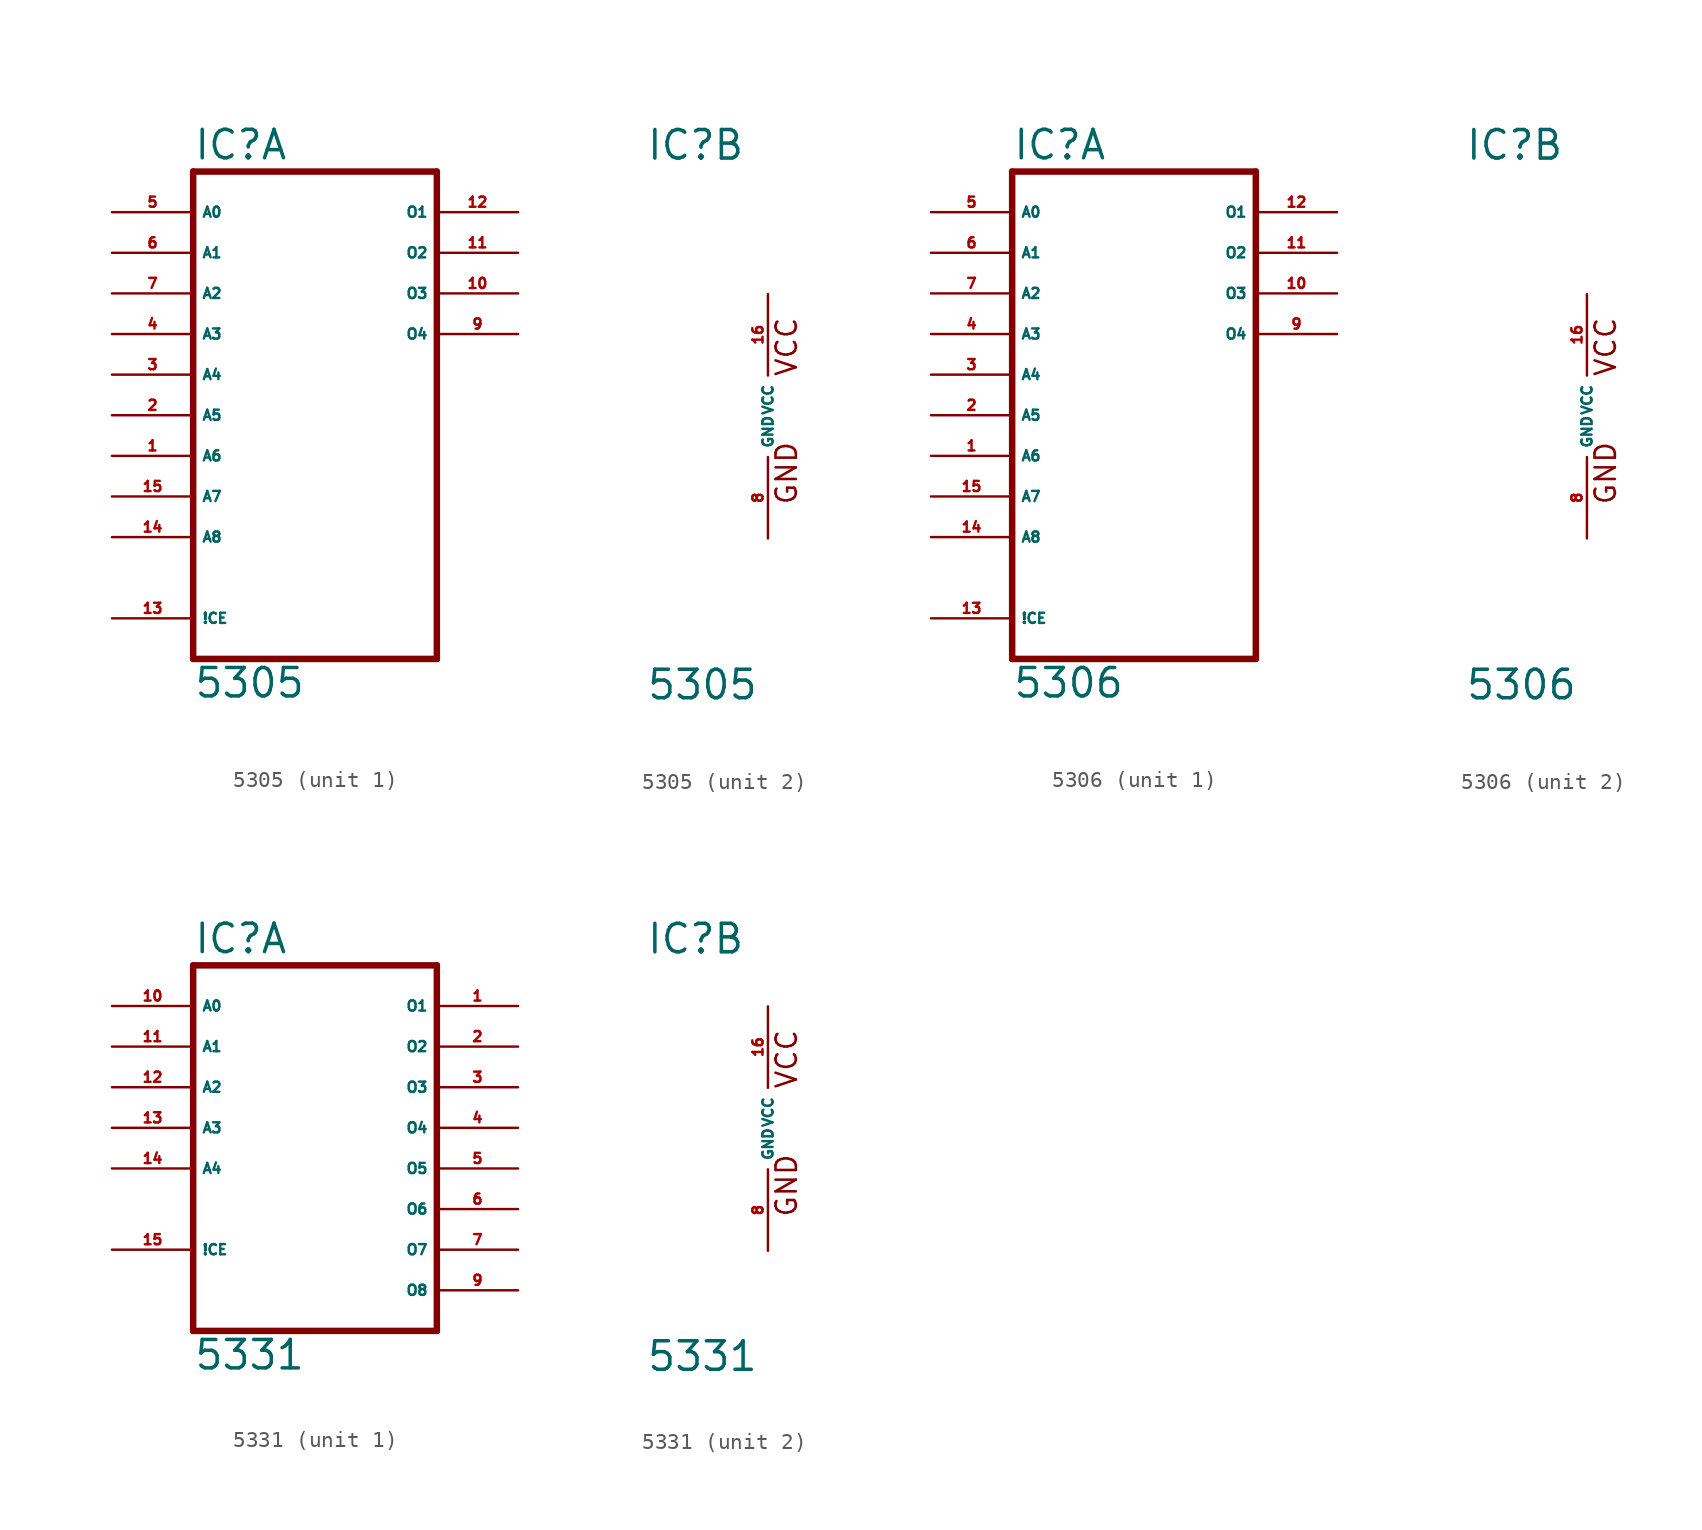
<source format=kicad_sym>
(kicad_symbol_lib
  (version 20220914)
  (generator Eagle2Kicad)
  (symbol "5305"
    (property "Reference" "IC"
      (at -7.62 15.875 0)
      (effects (font (size 1.778 1.778) (thickness 0.22)) (justify left bottom)))
    (property "Value" "5305"
      (at -7.62 -17.78 0)
      (effects (font (size 1.778 1.778) (thickness 0.22)) (justify left bottom)))
    (symbol "5305_1_0"
      (polyline (pts (xy -7.62 -15.24) (xy 7.62 -15.24)) (stroke (width 0.406) (type default)) (fill (type none)))
      (polyline (pts (xy 7.62 -15.24) (xy 7.62 15.24)) (stroke (width 0.406) (type default)) (fill (type none)))
      (polyline (pts (xy 7.62 15.24) (xy -7.62 15.24)) (stroke (width 0.406) (type default)) (fill (type none)))
      (polyline (pts (xy -7.62 15.24) (xy -7.62 -15.24)) (stroke (width 0.406) (type default)) (fill (type none)))
      (pin input line (at -12.7 -2.54 0) (length 5.08) (name "A6" (effects (font (size 0.635 0.635) (thickness 0.08)) (justify left bottom))) (number "1" (effects (font (size 0.635 0.635) (thickness 0.08)) (justify left bottom))))
      (pin input line (at -12.7 0 0) (length 5.08) (name "A5" (effects (font (size 0.635 0.635) (thickness 0.08)) (justify left bottom))) (number "2" (effects (font (size 0.635 0.635) (thickness 0.08)) (justify left bottom))))
      (pin input line (at -12.7 2.54 0) (length 5.08) (name "A4" (effects (font (size 0.635 0.635) (thickness 0.08)) (justify left bottom))) (number "3" (effects (font (size 0.635 0.635) (thickness 0.08)) (justify left bottom))))
      (pin input line (at -12.7 5.08 0) (length 5.08) (name "A3" (effects (font (size 0.635 0.635) (thickness 0.08)) (justify left bottom))) (number "4" (effects (font (size 0.635 0.635) (thickness 0.08)) (justify left bottom))))
      (pin input line (at -12.7 12.7 0) (length 5.08) (name "A0" (effects (font (size 0.635 0.635) (thickness 0.08)) (justify left bottom))) (number "5" (effects (font (size 0.635 0.635) (thickness 0.08)) (justify left bottom))))
      (pin input line (at -12.7 10.16 0) (length 5.08) (name "A1" (effects (font (size 0.635 0.635) (thickness 0.08)) (justify left bottom))) (number "6" (effects (font (size 0.635 0.635) (thickness 0.08)) (justify left bottom))))
      (pin input line (at -12.7 7.62 0) (length 5.08) (name "A2" (effects (font (size 0.635 0.635) (thickness 0.08)) (justify left bottom))) (number "7" (effects (font (size 0.635 0.635) (thickness 0.08)) (justify left bottom))))
      (pin open_collector line (at 12.7 5.08 180) (length 5.08) (name "O4" (effects (font (size 0.635 0.635) (thickness 0.08)) (justify left bottom))) (number "9" (effects (font (size 0.635 0.635) (thickness 0.08)) (justify left bottom))))
      (pin open_collector line (at 12.7 7.62 180) (length 5.08) (name "O3" (effects (font (size 0.635 0.635) (thickness 0.08)) (justify left bottom))) (number "10" (effects (font (size 0.635 0.635) (thickness 0.08)) (justify left bottom))))
      (pin open_collector line (at 12.7 10.16 180) (length 5.08) (name "O2" (effects (font (size 0.635 0.635) (thickness 0.08)) (justify left bottom))) (number "11" (effects (font (size 0.635 0.635) (thickness 0.08)) (justify left bottom))))
      (pin open_collector line (at 12.7 12.7 180) (length 5.08) (name "O1" (effects (font (size 0.635 0.635) (thickness 0.08)) (justify left bottom))) (number "12" (effects (font (size 0.635 0.635) (thickness 0.08)) (justify left bottom))))
      (pin input line (at -12.7 -12.7 0) (length 5.08) (name "!CE" (effects (font (size 0.635 0.635) (thickness 0.08)) (justify left bottom))) (number "13" (effects (font (size 0.635 0.635) (thickness 0.08)) (justify left bottom))))
      (pin input line (at -12.7 -7.62 0) (length 5.08) (name "A8" (effects (font (size 0.635 0.635) (thickness 0.08)) (justify left bottom))) (number "14" (effects (font (size 0.635 0.635) (thickness 0.08)) (justify left bottom))))
      (pin input line (at -12.7 -5.08 0) (length 5.08) (name "A7" (effects (font (size 0.635 0.635) (thickness 0.08)) (justify left bottom))) (number "15" (effects (font (size 0.635 0.635) (thickness 0.08)) (justify left bottom)))))
    (symbol "5305_2_0"
      (text "GND" (at 1.905 -5.588 900) (effects (font (size 1.27 1.27) (thickness 0.16)) (justify left bottom)))
      (text "VCC" (at 1.905 2.413 900) (effects (font (size 1.27 1.27) (thickness 0.16)) (justify left bottom)))
      (pin unspecified line (at 0 -7.62 90) (length 5.08) (name "GND" (effects (font (size 0.635 0.635) (thickness 0.08)) (justify left bottom))) (number "8" (effects (font (size 0.635 0.635) (thickness 0.08)) (justify left bottom))))
      (pin unspecified line (at 0 7.62 270) (length 5.08) (name "VCC" (effects (font (size 0.635 0.635) (thickness 0.08)) (justify left bottom))) (number "16" (effects (font (size 0.635 0.635) (thickness 0.08)) (justify left bottom))))))
  (symbol "5306"
    (property "Reference" "IC"
      (at -7.62 15.875 0)
      (effects (font (size 1.778 1.778) (thickness 0.22)) (justify left bottom)))
    (property "Value" "5306"
      (at -7.62 -17.78 0)
      (effects (font (size 1.778 1.778) (thickness 0.22)) (justify left bottom)))
    (symbol "5306_1_0"
      (polyline (pts (xy -7.62 -15.24) (xy 7.62 -15.24)) (stroke (width 0.406) (type default)) (fill (type none)))
      (polyline (pts (xy 7.62 -15.24) (xy 7.62 15.24)) (stroke (width 0.406) (type default)) (fill (type none)))
      (polyline (pts (xy 7.62 15.24) (xy -7.62 15.24)) (stroke (width 0.406) (type default)) (fill (type none)))
      (polyline (pts (xy -7.62 15.24) (xy -7.62 -15.24)) (stroke (width 0.406) (type default)) (fill (type none)))
      (pin input line (at -12.7 -2.54 0) (length 5.08) (name "A6" (effects (font (size 0.635 0.635) (thickness 0.08)) (justify left bottom))) (number "1" (effects (font (size 0.635 0.635) (thickness 0.08)) (justify left bottom))))
      (pin input line (at -12.7 0 0) (length 5.08) (name "A5" (effects (font (size 0.635 0.635) (thickness 0.08)) (justify left bottom))) (number "2" (effects (font (size 0.635 0.635) (thickness 0.08)) (justify left bottom))))
      (pin input line (at -12.7 2.54 0) (length 5.08) (name "A4" (effects (font (size 0.635 0.635) (thickness 0.08)) (justify left bottom))) (number "3" (effects (font (size 0.635 0.635) (thickness 0.08)) (justify left bottom))))
      (pin input line (at -12.7 5.08 0) (length 5.08) (name "A3" (effects (font (size 0.635 0.635) (thickness 0.08)) (justify left bottom))) (number "4" (effects (font (size 0.635 0.635) (thickness 0.08)) (justify left bottom))))
      (pin input line (at -12.7 12.7 0) (length 5.08) (name "A0" (effects (font (size 0.635 0.635) (thickness 0.08)) (justify left bottom))) (number "5" (effects (font (size 0.635 0.635) (thickness 0.08)) (justify left bottom))))
      (pin input line (at -12.7 10.16 0) (length 5.08) (name "A1" (effects (font (size 0.635 0.635) (thickness 0.08)) (justify left bottom))) (number "6" (effects (font (size 0.635 0.635) (thickness 0.08)) (justify left bottom))))
      (pin input line (at -12.7 7.62 0) (length 5.08) (name "A2" (effects (font (size 0.635 0.635) (thickness 0.08)) (justify left bottom))) (number "7" (effects (font (size 0.635 0.635) (thickness 0.08)) (justify left bottom))))
      (pin tri_state line (at 12.7 5.08 180) (length 5.08) (name "O4" (effects (font (size 0.635 0.635) (thickness 0.08)) (justify left bottom))) (number "9" (effects (font (size 0.635 0.635) (thickness 0.08)) (justify left bottom))))
      (pin tri_state line (at 12.7 7.62 180) (length 5.08) (name "O3" (effects (font (size 0.635 0.635) (thickness 0.08)) (justify left bottom))) (number "10" (effects (font (size 0.635 0.635) (thickness 0.08)) (justify left bottom))))
      (pin tri_state line (at 12.7 10.16 180) (length 5.08) (name "O2" (effects (font (size 0.635 0.635) (thickness 0.08)) (justify left bottom))) (number "11" (effects (font (size 0.635 0.635) (thickness 0.08)) (justify left bottom))))
      (pin tri_state line (at 12.7 12.7 180) (length 5.08) (name "O1" (effects (font (size 0.635 0.635) (thickness 0.08)) (justify left bottom))) (number "12" (effects (font (size 0.635 0.635) (thickness 0.08)) (justify left bottom))))
      (pin input line (at -12.7 -12.7 0) (length 5.08) (name "!CE" (effects (font (size 0.635 0.635) (thickness 0.08)) (justify left bottom))) (number "13" (effects (font (size 0.635 0.635) (thickness 0.08)) (justify left bottom))))
      (pin input line (at -12.7 -7.62 0) (length 5.08) (name "A8" (effects (font (size 0.635 0.635) (thickness 0.08)) (justify left bottom))) (number "14" (effects (font (size 0.635 0.635) (thickness 0.08)) (justify left bottom))))
      (pin input line (at -12.7 -5.08 0) (length 5.08) (name "A7" (effects (font (size 0.635 0.635) (thickness 0.08)) (justify left bottom))) (number "15" (effects (font (size 0.635 0.635) (thickness 0.08)) (justify left bottom)))))
    (symbol "5306_2_0"
      (text "GND" (at 1.905 -5.588 900) (effects (font (size 1.27 1.27) (thickness 0.16)) (justify left bottom)))
      (text "VCC" (at 1.905 2.413 900) (effects (font (size 1.27 1.27) (thickness 0.16)) (justify left bottom)))
      (pin unspecified line (at 0 -7.62 90) (length 5.08) (name "GND" (effects (font (size 0.635 0.635) (thickness 0.08)) (justify left bottom))) (number "8" (effects (font (size 0.635 0.635) (thickness 0.08)) (justify left bottom))))
      (pin unspecified line (at 0 7.62 270) (length 5.08) (name "VCC" (effects (font (size 0.635 0.635) (thickness 0.08)) (justify left bottom))) (number "16" (effects (font (size 0.635 0.635) (thickness 0.08)) (justify left bottom))))))
  (symbol "5331"
    (property "Reference" "IC"
      (at -7.62 10.795 0)
      (effects (font (size 1.778 1.778) (thickness 0.22)) (justify left bottom)))
    (property "Value" "5331"
      (at -7.62 -15.24 0)
      (effects (font (size 1.778 1.778) (thickness 0.22)) (justify left bottom)))
    (symbol "5331_1_0"
      (polyline (pts (xy -7.62 -12.7) (xy 7.62 -12.7)) (stroke (width 0.406) (type default)) (fill (type none)))
      (polyline (pts (xy 7.62 -12.7) (xy 7.62 10.16)) (stroke (width 0.406) (type default)) (fill (type none)))
      (polyline (pts (xy 7.62 10.16) (xy -7.62 10.16)) (stroke (width 0.406) (type default)) (fill (type none)))
      (polyline (pts (xy -7.62 10.16) (xy -7.62 -12.7)) (stroke (width 0.406) (type default)) (fill (type none)))
      (pin tri_state line (at 12.7 7.62 180) (length 5.08) (name "O1" (effects (font (size 0.635 0.635) (thickness 0.08)) (justify left bottom))) (number "1" (effects (font (size 0.635 0.635) (thickness 0.08)) (justify left bottom))))
      (pin tri_state line (at 12.7 5.08 180) (length 5.08) (name "O2" (effects (font (size 0.635 0.635) (thickness 0.08)) (justify left bottom))) (number "2" (effects (font (size 0.635 0.635) (thickness 0.08)) (justify left bottom))))
      (pin tri_state line (at 12.7 2.54 180) (length 5.08) (name "O3" (effects (font (size 0.635 0.635) (thickness 0.08)) (justify left bottom))) (number "3" (effects (font (size 0.635 0.635) (thickness 0.08)) (justify left bottom))))
      (pin tri_state line (at 12.7 0 180) (length 5.08) (name "O4" (effects (font (size 0.635 0.635) (thickness 0.08)) (justify left bottom))) (number "4" (effects (font (size 0.635 0.635) (thickness 0.08)) (justify left bottom))))
      (pin tri_state line (at 12.7 -2.54 180) (length 5.08) (name "O5" (effects (font (size 0.635 0.635) (thickness 0.08)) (justify left bottom))) (number "5" (effects (font (size 0.635 0.635) (thickness 0.08)) (justify left bottom))))
      (pin tri_state line (at 12.7 -5.08 180) (length 5.08) (name "O6" (effects (font (size 0.635 0.635) (thickness 0.08)) (justify left bottom))) (number "6" (effects (font (size 0.635 0.635) (thickness 0.08)) (justify left bottom))))
      (pin tri_state line (at 12.7 -7.62 180) (length 5.08) (name "O7" (effects (font (size 0.635 0.635) (thickness 0.08)) (justify left bottom))) (number "7" (effects (font (size 0.635 0.635) (thickness 0.08)) (justify left bottom))))
      (pin tri_state line (at 12.7 -10.16 180) (length 5.08) (name "O8" (effects (font (size 0.635 0.635) (thickness 0.08)) (justify left bottom))) (number "9" (effects (font (size 0.635 0.635) (thickness 0.08)) (justify left bottom))))
      (pin input line (at -12.7 7.62 0) (length 5.08) (name "A0" (effects (font (size 0.635 0.635) (thickness 0.08)) (justify left bottom))) (number "10" (effects (font (size 0.635 0.635) (thickness 0.08)) (justify left bottom))))
      (pin input line (at -12.7 5.08 0) (length 5.08) (name "A1" (effects (font (size 0.635 0.635) (thickness 0.08)) (justify left bottom))) (number "11" (effects (font (size 0.635 0.635) (thickness 0.08)) (justify left bottom))))
      (pin input line (at -12.7 2.54 0) (length 5.08) (name "A2" (effects (font (size 0.635 0.635) (thickness 0.08)) (justify left bottom))) (number "12" (effects (font (size 0.635 0.635) (thickness 0.08)) (justify left bottom))))
      (pin input line (at -12.7 0 0) (length 5.08) (name "A3" (effects (font (size 0.635 0.635) (thickness 0.08)) (justify left bottom))) (number "13" (effects (font (size 0.635 0.635) (thickness 0.08)) (justify left bottom))))
      (pin input line (at -12.7 -2.54 0) (length 5.08) (name "A4" (effects (font (size 0.635 0.635) (thickness 0.08)) (justify left bottom))) (number "14" (effects (font (size 0.635 0.635) (thickness 0.08)) (justify left bottom))))
      (pin input line (at -12.7 -7.62 0) (length 5.08) (name "!CE" (effects (font (size 0.635 0.635) (thickness 0.08)) (justify left bottom))) (number "15" (effects (font (size 0.635 0.635) (thickness 0.08)) (justify left bottom)))))
    (symbol "5331_2_0"
      (text "GND" (at 1.905 -5.588 900) (effects (font (size 1.27 1.27) (thickness 0.16)) (justify left bottom)))
      (text "VCC" (at 1.905 2.413 900) (effects (font (size 1.27 1.27) (thickness 0.16)) (justify left bottom)))
      (pin unspecified line (at 0 -7.62 90) (length 5.08) (name "GND" (effects (font (size 0.635 0.635) (thickness 0.08)) (justify left bottom))) (number "8" (effects (font (size 0.635 0.635) (thickness 0.08)) (justify left bottom))))
      (pin unspecified line (at 0 7.62 270) (length 5.08) (name "VCC" (effects (font (size 0.635 0.635) (thickness 0.08)) (justify left bottom))) (number "16" (effects (font (size 0.635 0.635) (thickness 0.08)) (justify left bottom)))))))
</source>
